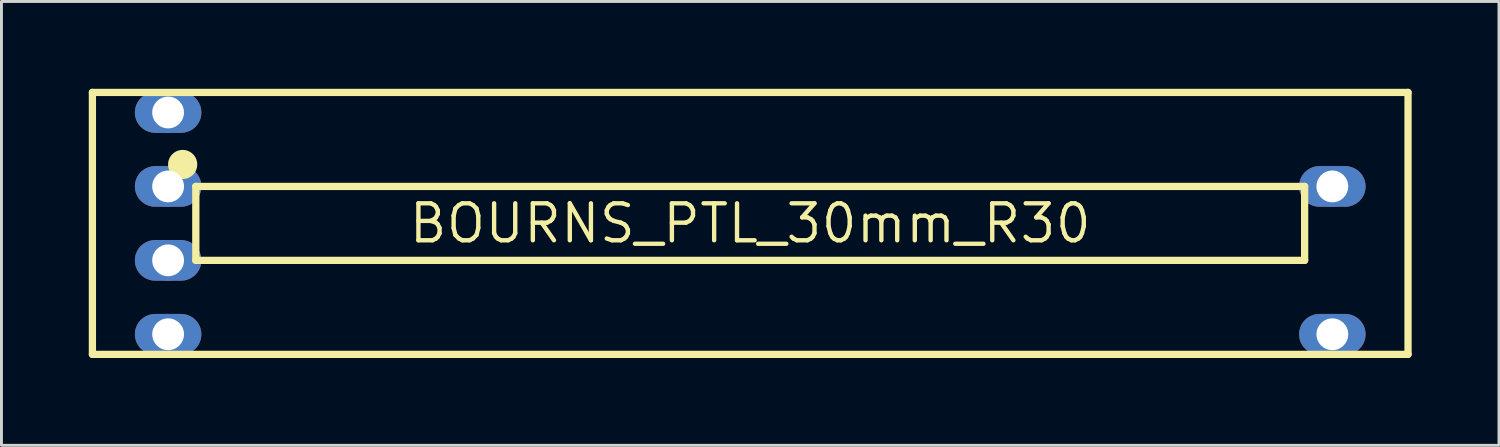
<source format=kicad_pcb>
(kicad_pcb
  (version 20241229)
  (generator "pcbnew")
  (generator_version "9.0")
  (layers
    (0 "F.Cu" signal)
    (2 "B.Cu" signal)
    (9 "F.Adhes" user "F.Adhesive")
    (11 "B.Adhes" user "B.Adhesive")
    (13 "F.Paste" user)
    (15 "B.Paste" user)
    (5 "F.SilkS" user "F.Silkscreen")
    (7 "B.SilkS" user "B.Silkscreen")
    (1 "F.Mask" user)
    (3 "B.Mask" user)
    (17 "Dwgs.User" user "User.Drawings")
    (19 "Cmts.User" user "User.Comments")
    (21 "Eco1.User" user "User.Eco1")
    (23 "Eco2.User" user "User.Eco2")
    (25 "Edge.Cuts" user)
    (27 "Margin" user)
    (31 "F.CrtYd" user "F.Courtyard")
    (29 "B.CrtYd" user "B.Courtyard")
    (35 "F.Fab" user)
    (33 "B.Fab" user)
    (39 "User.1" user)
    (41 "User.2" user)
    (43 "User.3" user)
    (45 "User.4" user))
  (footprint "BOURNS_PTL_30mm_R30"
    (layer "F.Cu")
    (at 22.726 4.625)
    (property "Reference" "BOURNS_PTL_30mm_R30" (at 0 0 0) (layer "F.SilkS") (effects (font (size 1.27 1.27) (thickness 0.15))))
    (fp_poly (pts (xy -19.446 -4.5) (xy -19.34 -4.474) (xy -19.239 -4.432) (xy -19.145 -4.375) (xy -19.061 -4.304) (xy -18.99 -4.221) (xy -18.933 -4.127) (xy -18.891 -4.026) (xy -18.866 -3.919) (xy -18.857 -3.81) (xy -18.866 -3.701) (xy -18.891 -3.594) (xy -18.933 -3.493) (xy -18.99 -3.399) (xy -19.061 -3.316) (xy -19.145 -3.245) (xy -19.239 -3.188) (xy -19.34 -3.146) (xy -19.446 -3.12) (xy -19.556 -3.111) (xy -20.444 -3.111) (xy -20.554 -3.12) (xy -20.66 -3.146) (xy -20.761 -3.188) (xy -20.855 -3.245) (xy -20.939 -3.316) (xy -21.01 -3.399) (xy -21.067 -3.493) (xy -21.109 -3.594) (xy -21.134 -3.701) (xy -21.143 -3.81) (xy -21.134 -3.919) (xy -21.109 -4.026) (xy -21.067 -4.127) (xy -21.01 -4.221) (xy -20.939 -4.304) (xy -20.855 -4.375) (xy -20.761 -4.432) (xy -20.66 -4.474) (xy -20.554 -4.5) (xy -20.444 -4.508) (xy -19.556 -4.508)) (stroke (width 0) (type default)) (fill yes) (layer "F.Cu"))
    (fp_poly (pts (xy -19.446 -1.96) (xy -19.34 -1.934) (xy -19.239 -1.892) (xy -19.145 -1.835) (xy -19.061 -1.764) (xy -18.99 -1.681) (xy -18.933 -1.587) (xy -18.891 -1.486) (xy -18.866 -1.379) (xy -18.857 -1.27) (xy -18.866 -1.161) (xy -18.891 -1.054) (xy -18.933 -0.953) (xy -18.99 -0.859) (xy -19.061 -0.776) (xy -19.145 -0.705) (xy -19.239 -0.648) (xy -19.34 -0.606) (xy -19.446 -0.58) (xy -19.556 -0.571) (xy -20.444 -0.571) (xy -20.554 -0.58) (xy -20.66 -0.606) (xy -20.761 -0.648) (xy -20.855 -0.705) (xy -20.939 -0.776) (xy -21.01 -0.859) (xy -21.067 -0.953) (xy -21.109 -1.054) (xy -21.134 -1.161) (xy -21.143 -1.27) (xy -21.134 -1.379) (xy -21.109 -1.486) (xy -21.067 -1.587) (xy -21.01 -1.681) (xy -20.939 -1.764) (xy -20.855 -1.835) (xy -20.761 -1.892) (xy -20.66 -1.934) (xy -20.554 -1.96) (xy -20.444 -1.969) (xy -19.556 -1.969)) (stroke (width 0) (type default)) (fill yes) (layer "F.Cu"))
    (fp_poly (pts (xy -19.446 0.58) (xy -19.34 0.606) (xy -19.239 0.648) (xy -19.145 0.705) (xy -19.061 0.776) (xy -18.99 0.859) (xy -18.933 0.953) (xy -18.891 1.054) (xy -18.866 1.161) (xy -18.857 1.27) (xy -18.866 1.379) (xy -18.891 1.486) (xy -18.933 1.587) (xy -18.99 1.681) (xy -19.061 1.764) (xy -19.145 1.835) (xy -19.239 1.892) (xy -19.34 1.934) (xy -19.446 1.96) (xy -19.556 1.969) (xy -20.444 1.969) (xy -20.554 1.96) (xy -20.66 1.934) (xy -20.761 1.892) (xy -20.855 1.835) (xy -20.939 1.764) (xy -21.01 1.681) (xy -21.067 1.587) (xy -21.109 1.486) (xy -21.134 1.379) (xy -21.143 1.27) (xy -21.134 1.161) (xy -21.109 1.054) (xy -21.067 0.953) (xy -21.01 0.859) (xy -20.939 0.776) (xy -20.855 0.705) (xy -20.761 0.648) (xy -20.66 0.606) (xy -20.554 0.58) (xy -20.444 0.571) (xy -19.556 0.571)) (stroke (width 0) (type default)) (fill yes) (layer "F.Cu"))
    (fp_poly (pts (xy -19.446 3.12) (xy -19.34 3.146) (xy -19.239 3.188) (xy -19.145 3.245) (xy -19.061 3.316) (xy -18.99 3.399) (xy -18.933 3.493) (xy -18.891 3.594) (xy -18.866 3.701) (xy -18.857 3.81) (xy -18.866 3.919) (xy -18.891 4.026) (xy -18.933 4.127) (xy -18.99 4.221) (xy -19.061 4.304) (xy -19.145 4.375) (xy -19.239 4.432) (xy -19.34 4.474) (xy -19.446 4.5) (xy -19.556 4.508) (xy -20.444 4.508) (xy -20.554 4.5) (xy -20.66 4.474) (xy -20.761 4.432) (xy -20.855 4.375) (xy -20.939 4.304) (xy -21.01 4.221) (xy -21.067 4.127) (xy -21.109 4.026) (xy -21.134 3.919) (xy -21.143 3.81) (xy -21.134 3.701) (xy -21.109 3.594) (xy -21.067 3.493) (xy -21.01 3.399) (xy -20.939 3.316) (xy -20.855 3.245) (xy -20.761 3.188) (xy -20.66 3.146) (xy -20.554 3.12) (xy -20.444 3.111) (xy -19.556 3.111)) (stroke (width 0) (type default)) (fill yes) (layer "F.Cu"))
    (fp_poly (pts (xy 20.554 -1.96) (xy 20.66 -1.934) (xy 20.761 -1.892) (xy 20.855 -1.835) (xy 20.939 -1.764) (xy 21.01 -1.681) (xy 21.067 -1.587) (xy 21.109 -1.486) (xy 21.134 -1.379) (xy 21.143 -1.27) (xy 21.134 -1.161) (xy 21.109 -1.054) (xy 21.067 -0.953) (xy 21.01 -0.859) (xy 20.939 -0.776) (xy 20.855 -0.705) (xy 20.761 -0.648) (xy 20.66 -0.606) (xy 20.554 -0.58) (xy 20.444 -0.571) (xy 19.556 -0.571) (xy 19.446 -0.58) (xy 19.34 -0.606) (xy 19.239 -0.648) (xy 19.145 -0.705) (xy 19.061 -0.776) (xy 18.99 -0.859) (xy 18.933 -0.953) (xy 18.891 -1.054) (xy 18.866 -1.161) (xy 18.857 -1.27) (xy 18.866 -1.379) (xy 18.891 -1.486) (xy 18.933 -1.587) (xy 18.99 -1.681) (xy 19.061 -1.764) (xy 19.145 -1.835) (xy 19.239 -1.892) (xy 19.34 -1.934) (xy 19.446 -1.96) (xy 19.556 -1.969) (xy 20.444 -1.969)) (stroke (width 0) (type default)) (fill yes) (layer "F.Cu"))
    (fp_poly (pts (xy 20.554 3.12) (xy 20.66 3.146) (xy 20.761 3.188) (xy 20.855 3.245) (xy 20.939 3.316) (xy 21.01 3.399) (xy 21.067 3.493) (xy 21.109 3.594) (xy 21.134 3.701) (xy 21.143 3.81) (xy 21.134 3.919) (xy 21.109 4.026) (xy 21.067 4.127) (xy 21.01 4.221) (xy 20.939 4.304) (xy 20.855 4.375) (xy 20.761 4.432) (xy 20.66 4.474) (xy 20.554 4.5) (xy 20.444 4.508) (xy 19.556 4.508) (xy 19.446 4.5) (xy 19.34 4.474) (xy 19.239 4.432) (xy 19.145 4.375) (xy 19.061 4.304) (xy 18.99 4.221) (xy 18.933 4.127) (xy 18.891 4.026) (xy 18.866 3.919) (xy 18.857 3.81) (xy 18.866 3.701) (xy 18.891 3.594) (xy 18.933 3.493) (xy 18.99 3.399) (xy 19.061 3.316) (xy 19.145 3.245) (xy 19.239 3.188) (xy 19.34 3.146) (xy 19.446 3.12) (xy 19.556 3.111) (xy 20.444 3.111)) (stroke (width 0) (type default)) (fill yes) (layer "F.Cu"))
    (fp_poly (pts (xy -19.43 -4.601) (xy -19.308 -4.572) (xy -19.192 -4.524) (xy -19.084 -4.458) (xy -18.989 -4.377) (xy -18.907 -4.281) (xy -18.842 -4.173) (xy -18.794 -4.057) (xy -18.764 -3.935) (xy -18.754 -3.81) (xy -18.764 -3.685) (xy -18.794 -3.563) (xy -18.842 -3.447) (xy -18.907 -3.339) (xy -18.989 -3.243) (xy -19.084 -3.162) (xy -19.192 -3.096) (xy -19.308 -3.048) (xy -19.43 -3.019) (xy -19.556 -3.009) (xy -20.444 -3.009) (xy -20.57 -3.019) (xy -20.692 -3.048) (xy -20.808 -3.096) (xy -20.916 -3.162) (xy -21.011 -3.243) (xy -21.093 -3.339) (xy -21.158 -3.447) (xy -21.206 -3.563) (xy -21.236 -3.685) (xy -21.246 -3.81) (xy -21.236 -3.935) (xy -21.206 -4.057) (xy -21.158 -4.173) (xy -21.093 -4.281) (xy -21.011 -4.377) (xy -20.916 -4.458) (xy -20.808 -4.524) (xy -20.692 -4.572) (xy -20.57 -4.601) (xy -20.444 -4.611) (xy -19.556 -4.611)) (stroke (width 0) (type default)) (fill yes) (layer "F.Mask"))
    (fp_poly (pts (xy -19.43 -2.061) (xy -19.308 -2.032) (xy -19.192 -1.984) (xy -19.084 -1.918) (xy -18.989 -1.837) (xy -18.907 -1.741) (xy -18.842 -1.633) (xy -18.794 -1.517) (xy -18.764 -1.395) (xy -18.754 -1.27) (xy -18.764 -1.145) (xy -18.794 -1.023) (xy -18.842 -0.907) (xy -18.907 -0.799) (xy -18.989 -0.703) (xy -19.084 -0.622) (xy -19.192 -0.556) (xy -19.308 -0.508) (xy -19.43 -0.479) (xy -19.556 -0.469) (xy -20.444 -0.469) (xy -20.57 -0.479) (xy -20.692 -0.508) (xy -20.808 -0.556) (xy -20.916 -0.622) (xy -21.011 -0.703) (xy -21.093 -0.799) (xy -21.158 -0.907) (xy -21.206 -1.023) (xy -21.236 -1.145) (xy -21.246 -1.27) (xy -21.236 -1.395) (xy -21.206 -1.517) (xy -21.158 -1.633) (xy -21.093 -1.741) (xy -21.011 -1.837) (xy -20.916 -1.918) (xy -20.808 -1.984) (xy -20.692 -2.032) (xy -20.57 -2.061) (xy -20.444 -2.071) (xy -19.556 -2.071)) (stroke (width 0) (type default)) (fill yes) (layer "F.Mask"))
    (fp_poly (pts (xy -19.43 0.479) (xy -19.308 0.508) (xy -19.192 0.556) (xy -19.084 0.622) (xy -18.989 0.703) (xy -18.907 0.799) (xy -18.842 0.907) (xy -18.794 1.023) (xy -18.764 1.145) (xy -18.754 1.27) (xy -18.764 1.395) (xy -18.794 1.517) (xy -18.842 1.633) (xy -18.907 1.741) (xy -18.989 1.837) (xy -19.084 1.918) (xy -19.192 1.984) (xy -19.308 2.032) (xy -19.43 2.061) (xy -19.556 2.071) (xy -20.444 2.071) (xy -20.57 2.061) (xy -20.692 2.032) (xy -20.808 1.984) (xy -20.916 1.918) (xy -21.011 1.837) (xy -21.093 1.741) (xy -21.158 1.633) (xy -21.206 1.517) (xy -21.236 1.395) (xy -21.246 1.27) (xy -21.236 1.145) (xy -21.206 1.023) (xy -21.158 0.907) (xy -21.093 0.799) (xy -21.011 0.703) (xy -20.916 0.622) (xy -20.808 0.556) (xy -20.692 0.508) (xy -20.57 0.479) (xy -20.444 0.469) (xy -19.556 0.469)) (stroke (width 0) (type default)) (fill yes) (layer "F.Mask"))
    (fp_poly (pts (xy -19.43 3.019) (xy -19.308 3.048) (xy -19.192 3.096) (xy -19.084 3.162) (xy -18.989 3.243) (xy -18.907 3.339) (xy -18.842 3.447) (xy -18.794 3.563) (xy -18.764 3.685) (xy -18.754 3.81) (xy -18.764 3.935) (xy -18.794 4.057) (xy -18.842 4.173) (xy -18.907 4.281) (xy -18.989 4.377) (xy -19.084 4.458) (xy -19.192 4.524) (xy -19.308 4.572) (xy -19.43 4.601) (xy -19.556 4.611) (xy -20.444 4.611) (xy -20.57 4.601) (xy -20.692 4.572) (xy -20.808 4.524) (xy -20.916 4.458) (xy -21.011 4.377) (xy -21.093 4.281) (xy -21.158 4.173) (xy -21.206 4.057) (xy -21.236 3.935) (xy -21.246 3.81) (xy -21.236 3.685) (xy -21.206 3.563) (xy -21.158 3.447) (xy -21.093 3.339) (xy -21.011 3.243) (xy -20.916 3.162) (xy -20.808 3.096) (xy -20.692 3.048) (xy -20.57 3.019) (xy -20.444 3.009) (xy -19.556 3.009)) (stroke (width 0) (type default)) (fill yes) (layer "F.Mask"))
    (fp_poly (pts (xy 20.57 -2.061) (xy 20.692 -2.032) (xy 20.808 -1.984) (xy 20.916 -1.918) (xy 21.011 -1.837) (xy 21.093 -1.741) (xy 21.158 -1.633) (xy 21.206 -1.517) (xy 21.236 -1.395) (xy 21.246 -1.27) (xy 21.236 -1.145) (xy 21.206 -1.023) (xy 21.158 -0.907) (xy 21.093 -0.799) (xy 21.011 -0.703) (xy 20.916 -0.622) (xy 20.808 -0.556) (xy 20.692 -0.508) (xy 20.57 -0.479) (xy 20.444 -0.469) (xy 19.556 -0.469) (xy 19.43 -0.479) (xy 19.308 -0.508) (xy 19.192 -0.556) (xy 19.084 -0.622) (xy 18.989 -0.703) (xy 18.907 -0.799) (xy 18.842 -0.907) (xy 18.794 -1.023) (xy 18.764 -1.145) (xy 18.754 -1.27) (xy 18.764 -1.395) (xy 18.794 -1.517) (xy 18.842 -1.633) (xy 18.907 -1.741) (xy 18.989 -1.837) (xy 19.084 -1.918) (xy 19.192 -1.984) (xy 19.308 -2.032) (xy 19.43 -2.061) (xy 19.556 -2.071) (xy 20.444 -2.071)) (stroke (width 0) (type default)) (fill yes) (layer "F.Mask"))
    (fp_poly (pts (xy 20.57 3.019) (xy 20.692 3.048) (xy 20.808 3.096) (xy 20.916 3.162) (xy 21.011 3.243) (xy 21.093 3.339) (xy 21.158 3.447) (xy 21.206 3.563) (xy 21.236 3.685) (xy 21.246 3.81) (xy 21.236 3.935) (xy 21.206 4.057) (xy 21.158 4.173) (xy 21.093 4.281) (xy 21.011 4.377) (xy 20.916 4.458) (xy 20.808 4.524) (xy 20.692 4.572) (xy 20.57 4.601) (xy 20.444 4.611) (xy 19.556 4.611) (xy 19.43 4.601) (xy 19.308 4.572) (xy 19.192 4.524) (xy 19.084 4.458) (xy 18.989 4.377) (xy 18.907 4.281) (xy 18.842 4.173) (xy 18.794 4.057) (xy 18.764 3.935) (xy 18.754 3.81) (xy 18.764 3.685) (xy 18.794 3.563) (xy 18.842 3.447) (xy 18.907 3.339) (xy 18.989 3.243) (xy 19.084 3.162) (xy 19.192 3.096) (xy 19.308 3.048) (xy 19.43 3.019) (xy 19.556 3.009) (xy 20.444 3.009)) (stroke (width 0) (type default)) (fill yes) (layer "F.Mask"))
    (fp_poly (pts (xy -19.446 -4.5) (xy -19.34 -4.474) (xy -19.239 -4.432) (xy -19.145 -4.375) (xy -19.061 -4.304) (xy -18.99 -4.221) (xy -18.933 -4.127) (xy -18.891 -4.026) (xy -18.866 -3.919) (xy -18.857 -3.81) (xy -18.866 -3.701) (xy -18.891 -3.594) (xy -18.933 -3.493) (xy -18.99 -3.399) (xy -19.061 -3.316) (xy -19.145 -3.245) (xy -19.239 -3.188) (xy -19.34 -3.146) (xy -19.446 -3.12) (xy -19.556 -3.111) (xy -20.444 -3.111) (xy -20.554 -3.12) (xy -20.66 -3.146) (xy -20.761 -3.188) (xy -20.855 -3.245) (xy -20.939 -3.316) (xy -21.01 -3.399) (xy -21.067 -3.493) (xy -21.109 -3.594) (xy -21.134 -3.701) (xy -21.143 -3.81) (xy -21.134 -3.919) (xy -21.109 -4.026) (xy -21.067 -4.127) (xy -21.01 -4.221) (xy -20.939 -4.304) (xy -20.855 -4.375) (xy -20.761 -4.432) (xy -20.66 -4.474) (xy -20.554 -4.5) (xy -20.444 -4.508) (xy -19.556 -4.508)) (stroke (width 0) (type default)) (fill yes) (layer "B.Cu"))
    (fp_poly (pts (xy -19.446 -1.96) (xy -19.34 -1.934) (xy -19.239 -1.892) (xy -19.145 -1.835) (xy -19.061 -1.764) (xy -18.99 -1.681) (xy -18.933 -1.587) (xy -18.891 -1.486) (xy -18.866 -1.379) (xy -18.857 -1.27) (xy -18.866 -1.161) (xy -18.891 -1.054) (xy -18.933 -0.953) (xy -18.99 -0.859) (xy -19.061 -0.776) (xy -19.145 -0.705) (xy -19.239 -0.648) (xy -19.34 -0.606) (xy -19.446 -0.58) (xy -19.556 -0.571) (xy -20.444 -0.571) (xy -20.554 -0.58) (xy -20.66 -0.606) (xy -20.761 -0.648) (xy -20.855 -0.705) (xy -20.939 -0.776) (xy -21.01 -0.859) (xy -21.067 -0.953) (xy -21.109 -1.054) (xy -21.134 -1.161) (xy -21.143 -1.27) (xy -21.134 -1.379) (xy -21.109 -1.486) (xy -21.067 -1.587) (xy -21.01 -1.681) (xy -20.939 -1.764) (xy -20.855 -1.835) (xy -20.761 -1.892) (xy -20.66 -1.934) (xy -20.554 -1.96) (xy -20.444 -1.969) (xy -19.556 -1.969)) (stroke (width 0) (type default)) (fill yes) (layer "B.Cu"))
    (fp_poly (pts (xy -19.446 0.58) (xy -19.34 0.606) (xy -19.239 0.648) (xy -19.145 0.705) (xy -19.061 0.776) (xy -18.99 0.859) (xy -18.933 0.953) (xy -18.891 1.054) (xy -18.866 1.161) (xy -18.857 1.27) (xy -18.866 1.379) (xy -18.891 1.486) (xy -18.933 1.587) (xy -18.99 1.681) (xy -19.061 1.764) (xy -19.145 1.835) (xy -19.239 1.892) (xy -19.34 1.934) (xy -19.446 1.96) (xy -19.556 1.969) (xy -20.444 1.969) (xy -20.554 1.96) (xy -20.66 1.934) (xy -20.761 1.892) (xy -20.855 1.835) (xy -20.939 1.764) (xy -21.01 1.681) (xy -21.067 1.587) (xy -21.109 1.486) (xy -21.134 1.379) (xy -21.143 1.27) (xy -21.134 1.161) (xy -21.109 1.054) (xy -21.067 0.953) (xy -21.01 0.859) (xy -20.939 0.776) (xy -20.855 0.705) (xy -20.761 0.648) (xy -20.66 0.606) (xy -20.554 0.58) (xy -20.444 0.571) (xy -19.556 0.571)) (stroke (width 0) (type default)) (fill yes) (layer "B.Cu"))
    (fp_poly (pts (xy -19.446 3.12) (xy -19.34 3.146) (xy -19.239 3.188) (xy -19.145 3.245) (xy -19.061 3.316) (xy -18.99 3.399) (xy -18.933 3.493) (xy -18.891 3.594) (xy -18.866 3.701) (xy -18.857 3.81) (xy -18.866 3.919) (xy -18.891 4.026) (xy -18.933 4.127) (xy -18.99 4.221) (xy -19.061 4.304) (xy -19.145 4.375) (xy -19.239 4.432) (xy -19.34 4.474) (xy -19.446 4.5) (xy -19.556 4.508) (xy -20.444 4.508) (xy -20.554 4.5) (xy -20.66 4.474) (xy -20.761 4.432) (xy -20.855 4.375) (xy -20.939 4.304) (xy -21.01 4.221) (xy -21.067 4.127) (xy -21.109 4.026) (xy -21.134 3.919) (xy -21.143 3.81) (xy -21.134 3.701) (xy -21.109 3.594) (xy -21.067 3.493) (xy -21.01 3.399) (xy -20.939 3.316) (xy -20.855 3.245) (xy -20.761 3.188) (xy -20.66 3.146) (xy -20.554 3.12) (xy -20.444 3.111) (xy -19.556 3.111)) (stroke (width 0) (type default)) (fill yes) (layer "B.Cu"))
    (fp_poly (pts (xy 20.554 -1.96) (xy 20.66 -1.934) (xy 20.761 -1.892) (xy 20.855 -1.835) (xy 20.939 -1.764) (xy 21.01 -1.681) (xy 21.067 -1.587) (xy 21.109 -1.486) (xy 21.134 -1.379) (xy 21.143 -1.27) (xy 21.134 -1.161) (xy 21.109 -1.054) (xy 21.067 -0.953) (xy 21.01 -0.859) (xy 20.939 -0.776) (xy 20.855 -0.705) (xy 20.761 -0.648) (xy 20.66 -0.606) (xy 20.554 -0.58) (xy 20.444 -0.571) (xy 19.556 -0.571) (xy 19.446 -0.58) (xy 19.34 -0.606) (xy 19.239 -0.648) (xy 19.145 -0.705) (xy 19.061 -0.776) (xy 18.99 -0.859) (xy 18.933 -0.953) (xy 18.891 -1.054) (xy 18.866 -1.161) (xy 18.857 -1.27) (xy 18.866 -1.379) (xy 18.891 -1.486) (xy 18.933 -1.587) (xy 18.99 -1.681) (xy 19.061 -1.764) (xy 19.145 -1.835) (xy 19.239 -1.892) (xy 19.34 -1.934) (xy 19.446 -1.96) (xy 19.556 -1.969) (xy 20.444 -1.969)) (stroke (width 0) (type default)) (fill yes) (layer "B.Cu"))
    (fp_poly (pts (xy 20.554 3.12) (xy 20.66 3.146) (xy 20.761 3.188) (xy 20.855 3.245) (xy 20.939 3.316) (xy 21.01 3.399) (xy 21.067 3.493) (xy 21.109 3.594) (xy 21.134 3.701) (xy 21.143 3.81) (xy 21.134 3.919) (xy 21.109 4.026) (xy 21.067 4.127) (xy 21.01 4.221) (xy 20.939 4.304) (xy 20.855 4.375) (xy 20.761 4.432) (xy 20.66 4.474) (xy 20.554 4.5) (xy 20.444 4.508) (xy 19.556 4.508) (xy 19.446 4.5) (xy 19.34 4.474) (xy 19.239 4.432) (xy 19.145 4.375) (xy 19.061 4.304) (xy 18.99 4.221) (xy 18.933 4.127) (xy 18.891 4.026) (xy 18.866 3.919) (xy 18.857 3.81) (xy 18.866 3.701) (xy 18.891 3.594) (xy 18.933 3.493) (xy 18.99 3.399) (xy 19.061 3.316) (xy 19.145 3.245) (xy 19.239 3.188) (xy 19.34 3.146) (xy 19.446 3.12) (xy 19.556 3.111) (xy 20.444 3.111)) (stroke (width 0) (type default)) (fill yes) (layer "B.Cu"))
    (fp_poly (pts (xy -19.43 -4.601) (xy -19.308 -4.572) (xy -19.192 -4.524) (xy -19.084 -4.458) (xy -18.989 -4.377) (xy -18.907 -4.281) (xy -18.842 -4.173) (xy -18.794 -4.057) (xy -18.764 -3.935) (xy -18.754 -3.81) (xy -18.764 -3.685) (xy -18.794 -3.563) (xy -18.842 -3.447) (xy -18.907 -3.339) (xy -18.989 -3.243) (xy -19.084 -3.162) (xy -19.192 -3.096) (xy -19.308 -3.048) (xy -19.43 -3.019) (xy -19.556 -3.009) (xy -20.444 -3.009) (xy -20.57 -3.019) (xy -20.692 -3.048) (xy -20.808 -3.096) (xy -20.916 -3.162) (xy -21.011 -3.243) (xy -21.093 -3.339) (xy -21.158 -3.447) (xy -21.206 -3.563) (xy -21.236 -3.685) (xy -21.246 -3.81) (xy -21.236 -3.935) (xy -21.206 -4.057) (xy -21.158 -4.173) (xy -21.093 -4.281) (xy -21.011 -4.377) (xy -20.916 -4.458) (xy -20.808 -4.524) (xy -20.692 -4.572) (xy -20.57 -4.601) (xy -20.444 -4.611) (xy -19.556 -4.611)) (stroke (width 0) (type default)) (fill yes) (layer "B.Mask"))
    (fp_poly (pts (xy -19.43 -2.061) (xy -19.308 -2.032) (xy -19.192 -1.984) (xy -19.084 -1.918) (xy -18.989 -1.837) (xy -18.907 -1.741) (xy -18.842 -1.633) (xy -18.794 -1.517) (xy -18.764 -1.395) (xy -18.754 -1.27) (xy -18.764 -1.145) (xy -18.794 -1.023) (xy -18.842 -0.907) (xy -18.907 -0.799) (xy -18.989 -0.703) (xy -19.084 -0.622) (xy -19.192 -0.556) (xy -19.308 -0.508) (xy -19.43 -0.479) (xy -19.556 -0.469) (xy -20.444 -0.469) (xy -20.57 -0.479) (xy -20.692 -0.508) (xy -20.808 -0.556) (xy -20.916 -0.622) (xy -21.011 -0.703) (xy -21.093 -0.799) (xy -21.158 -0.907) (xy -21.206 -1.023) (xy -21.236 -1.145) (xy -21.246 -1.27) (xy -21.236 -1.395) (xy -21.206 -1.517) (xy -21.158 -1.633) (xy -21.093 -1.741) (xy -21.011 -1.837) (xy -20.916 -1.918) (xy -20.808 -1.984) (xy -20.692 -2.032) (xy -20.57 -2.061) (xy -20.444 -2.071) (xy -19.556 -2.071)) (stroke (width 0) (type default)) (fill yes) (layer "B.Mask"))
    (fp_poly (pts (xy -19.43 0.479) (xy -19.308 0.508) (xy -19.192 0.556) (xy -19.084 0.622) (xy -18.989 0.703) (xy -18.907 0.799) (xy -18.842 0.907) (xy -18.794 1.023) (xy -18.764 1.145) (xy -18.754 1.27) (xy -18.764 1.395) (xy -18.794 1.517) (xy -18.842 1.633) (xy -18.907 1.741) (xy -18.989 1.837) (xy -19.084 1.918) (xy -19.192 1.984) (xy -19.308 2.032) (xy -19.43 2.061) (xy -19.556 2.071) (xy -20.444 2.071) (xy -20.57 2.061) (xy -20.692 2.032) (xy -20.808 1.984) (xy -20.916 1.918) (xy -21.011 1.837) (xy -21.093 1.741) (xy -21.158 1.633) (xy -21.206 1.517) (xy -21.236 1.395) (xy -21.246 1.27) (xy -21.236 1.145) (xy -21.206 1.023) (xy -21.158 0.907) (xy -21.093 0.799) (xy -21.011 0.703) (xy -20.916 0.622) (xy -20.808 0.556) (xy -20.692 0.508) (xy -20.57 0.479) (xy -20.444 0.469) (xy -19.556 0.469)) (stroke (width 0) (type default)) (fill yes) (layer "B.Mask"))
    (fp_poly (pts (xy -19.43 3.019) (xy -19.308 3.048) (xy -19.192 3.096) (xy -19.084 3.162) (xy -18.989 3.243) (xy -18.907 3.339) (xy -18.842 3.447) (xy -18.794 3.563) (xy -18.764 3.685) (xy -18.754 3.81) (xy -18.764 3.935) (xy -18.794 4.057) (xy -18.842 4.173) (xy -18.907 4.281) (xy -18.989 4.377) (xy -19.084 4.458) (xy -19.192 4.524) (xy -19.308 4.572) (xy -19.43 4.601) (xy -19.556 4.611) (xy -20.444 4.611) (xy -20.57 4.601) (xy -20.692 4.572) (xy -20.808 4.524) (xy -20.916 4.458) (xy -21.011 4.377) (xy -21.093 4.281) (xy -21.158 4.173) (xy -21.206 4.057) (xy -21.236 3.935) (xy -21.246 3.81) (xy -21.236 3.685) (xy -21.206 3.563) (xy -21.158 3.447) (xy -21.093 3.339) (xy -21.011 3.243) (xy -20.916 3.162) (xy -20.808 3.096) (xy -20.692 3.048) (xy -20.57 3.019) (xy -20.444 3.009) (xy -19.556 3.009)) (stroke (width 0) (type default)) (fill yes) (layer "B.Mask"))
    (fp_poly (pts (xy 20.57 -2.061) (xy 20.692 -2.032) (xy 20.808 -1.984) (xy 20.916 -1.918) (xy 21.011 -1.837) (xy 21.093 -1.741) (xy 21.158 -1.633) (xy 21.206 -1.517) (xy 21.236 -1.395) (xy 21.246 -1.27) (xy 21.236 -1.145) (xy 21.206 -1.023) (xy 21.158 -0.907) (xy 21.093 -0.799) (xy 21.011 -0.703) (xy 20.916 -0.622) (xy 20.808 -0.556) (xy 20.692 -0.508) (xy 20.57 -0.479) (xy 20.444 -0.469) (xy 19.556 -0.469) (xy 19.43 -0.479) (xy 19.308 -0.508) (xy 19.192 -0.556) (xy 19.084 -0.622) (xy 18.989 -0.703) (xy 18.907 -0.799) (xy 18.842 -0.907) (xy 18.794 -1.023) (xy 18.764 -1.145) (xy 18.754 -1.27) (xy 18.764 -1.395) (xy 18.794 -1.517) (xy 18.842 -1.633) (xy 18.907 -1.741) (xy 18.989 -1.837) (xy 19.084 -1.918) (xy 19.192 -1.984) (xy 19.308 -2.032) (xy 19.43 -2.061) (xy 19.556 -2.071) (xy 20.444 -2.071)) (stroke (width 0) (type default)) (fill yes) (layer "B.Mask"))
    (fp_poly (pts (xy 20.57 3.019) (xy 20.692 3.048) (xy 20.808 3.096) (xy 20.916 3.162) (xy 21.011 3.243) (xy 21.093 3.339) (xy 21.158 3.447) (xy 21.206 3.563) (xy 21.236 3.685) (xy 21.246 3.81) (xy 21.236 3.935) (xy 21.206 4.057) (xy 21.158 4.173) (xy 21.093 4.281) (xy 21.011 4.377) (xy 20.916 4.458) (xy 20.808 4.524) (xy 20.692 4.572) (xy 20.57 4.601) (xy 20.444 4.611) (xy 19.556 4.611) (xy 19.43 4.601) (xy 19.308 4.572) (xy 19.192 4.524) (xy 19.084 4.458) (xy 18.989 4.377) (xy 18.907 4.281) (xy 18.842 4.173) (xy 18.794 4.057) (xy 18.764 3.935) (xy 18.754 3.81) (xy 18.764 3.685) (xy 18.794 3.563) (xy 18.842 3.447) (xy 18.907 3.339) (xy 18.989 3.243) (xy 19.084 3.162) (xy 19.192 3.096) (xy 19.308 3.048) (xy 19.43 3.019) (xy 19.556 3.009) (xy 20.444 3.009)) (stroke (width 0) (type default)) (fill yes) (layer "B.Mask"))
    (fp_line (start -22.601 -4.5) (end -22.601 4.5) (stroke (width 0.25) (type solid)) (layer "F.SilkS"))
    (fp_line (start -22.601 -4.5) (end 22.601 -4.5) (stroke (width 0.25) (type solid)) (layer "F.SilkS"))
    (fp_line (start -22.601 4.5) (end 22.601 4.5) (stroke (width 0.25) (type solid)) (layer "F.SilkS"))
    (fp_line (start -19.048 1.27) (end -19.048 -1.27) (stroke (width 0.25) (type solid)) (layer "F.SilkS"))
    (fp_line (start -19.048 1.27) (end 19.048 1.27) (stroke (width 0.25) (type solid)) (layer "F.SilkS"))
    (fp_line (start 19.048 -1.27) (end -19.048 -1.27) (stroke (width 0.25) (type solid)) (layer "F.SilkS"))
    (fp_line (start 19.048 -1.27) (end 19.048 1.27) (stroke (width 0.25) (type solid)) (layer "F.SilkS"))
    (fp_line (start 22.601 -4.5) (end 22.601 4.5) (stroke (width 0.25) (type solid)) (layer "F.SilkS"))
    (fp_poly (pts (xy -18.998 -1.999) (xy -20.003 -1.999) (xy -20.003 -2.001) (xy -18.998 -2.001)) (stroke (width 0) (type default)) (fill yes) (layer "F.SilkS"))
    (fp_poly (pts (xy -19.42 -2.519) (xy -19.344 -2.5) (xy -19.273 -2.471) (xy -19.204 -2.429) (xy -19.145 -2.379) (xy -19.094 -2.319) (xy -19.052 -2.252) (xy -19.023 -2.178) (xy -19.004 -2.102) (xy -18.999 -2.024) (xy -19.004 -1.947) (xy -19.023 -1.87) (xy -19.052 -1.797) (xy -19.094 -1.73) (xy -19.145 -1.67) (xy -19.204 -1.62) (xy -19.272 -1.579) (xy -19.343 -1.548) (xy -19.421 -1.529) (xy -19.495 -1.524) (xy -19.506 -1.524) (xy -19.579 -1.529) (xy -19.657 -1.548) (xy -19.73 -1.579) (xy -19.796 -1.62) (xy -19.856 -1.67) (xy -19.906 -1.73) (xy -19.947 -1.796) (xy -19.978 -1.87) (xy -19.996 -1.947) (xy -20.002 -2.024) (xy -19.996 -2.102) (xy -19.978 -2.178) (xy -19.947 -2.252) (xy -19.906 -2.319) (xy -19.856 -2.379) (xy -19.796 -2.429) (xy -19.729 -2.471) (xy -19.656 -2.5) (xy -19.58 -2.519) (xy -19.507 -2.525) (xy -19.494 -2.525)) (stroke (width 0) (type default)) (fill yes) (layer "F.SilkS"))
    (pad "1" thru_hole circle (at -20 -1.27) (size 1.397 1.397) (drill 1.092) (layers "*.Cu"))
    (pad "2" thru_hole circle (at -20 -3.81) (size 1.397 1.397) (drill 1.092) (layers "*.Cu"))
    (pad "3" thru_hole circle (at 20 -1.27) (size 1.397 1.397) (drill 1.092) (layers "*.Cu"))
    (pad "4" thru_hole circle (at -20 1.27) (size 1.397 1.397) (drill 1.092) (layers "*.Cu"))
    (pad "5" thru_hole circle (at 20 3.81) (size 1.397 1.397) (drill 1.092) (layers "*.Cu"))
    (pad "6" thru_hole circle (at -20 3.81) (size 1.397 1.397) (drill 1.092) (layers "*.Cu")))
  (gr_rect
    (start -3 -3)
    (end 48.452 12.25)
    (stroke (width 0.1) (type default))
    (fill no)
    (layer "Edge.Cuts")))
</source>
